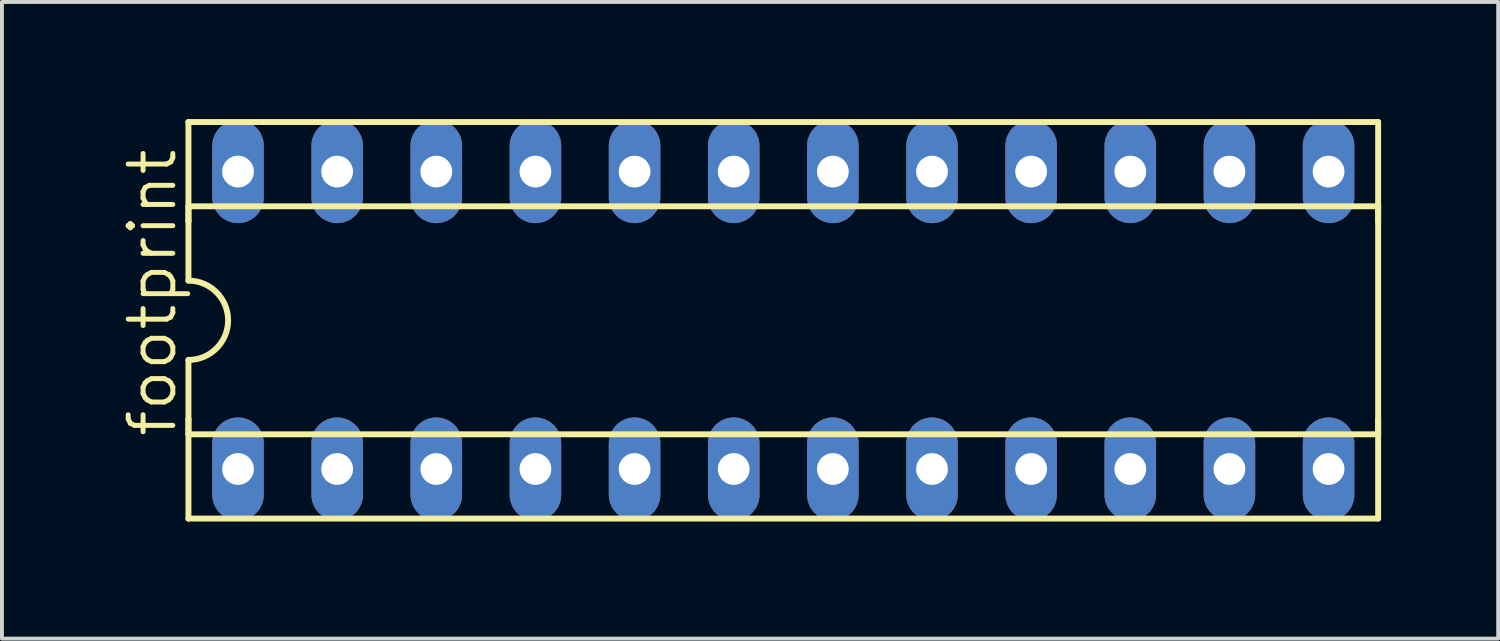
<source format=kicad_pcb>
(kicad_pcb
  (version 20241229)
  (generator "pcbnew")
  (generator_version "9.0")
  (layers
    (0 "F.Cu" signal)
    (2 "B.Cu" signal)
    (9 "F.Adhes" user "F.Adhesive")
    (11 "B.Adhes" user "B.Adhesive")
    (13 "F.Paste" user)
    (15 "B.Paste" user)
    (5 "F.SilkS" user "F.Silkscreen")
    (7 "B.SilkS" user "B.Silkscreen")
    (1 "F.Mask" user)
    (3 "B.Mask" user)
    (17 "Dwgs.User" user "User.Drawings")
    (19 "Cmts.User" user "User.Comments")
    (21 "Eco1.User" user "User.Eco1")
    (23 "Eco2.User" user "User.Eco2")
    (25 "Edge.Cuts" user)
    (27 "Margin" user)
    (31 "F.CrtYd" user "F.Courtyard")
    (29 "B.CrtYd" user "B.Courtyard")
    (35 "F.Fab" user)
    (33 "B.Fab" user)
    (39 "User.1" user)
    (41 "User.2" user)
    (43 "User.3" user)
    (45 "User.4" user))
  (footprint "footprint"
    (layer "F.Cu")
    (at 17.018 5.156)
    (property "Reference" "footprint" (at -15.494 3.048 90) (layer "F.SilkS") (effects (font (size 1.143 1.143) (thickness 0.127)) (justify left bottom)))
    (fp_line (start -15.24 -5.08) (end -15.24 -2.54) (stroke (width 0.152) (type solid)) (layer "F.SilkS"))
    (fp_line (start -15.24 -2.921) (end -15.24 -2.54) (stroke (width 0.152) (type solid)) (layer "F.SilkS"))
    (fp_line (start -15.24 -2.54) (end -15.24 -1.016) (stroke (width 0.152) (type solid)) (layer "F.SilkS"))
    (fp_line (start -15.24 2.54) (end -15.24 1.016) (stroke (width 0.152) (type solid)) (layer "F.SilkS"))
    (fp_line (start -15.24 2.921) (end -15.24 2.54) (stroke (width 0.152) (type solid)) (layer "F.SilkS"))
    (fp_line (start -15.24 2.921) (end 15.24 2.921) (stroke (width 0.152) (type solid)) (layer "F.SilkS"))
    (fp_line (start -15.24 5.08) (end -15.24 2.54) (stroke (width 0.152) (type solid)) (layer "F.SilkS"))
    (fp_line (start -15.24 5.08) (end 15.24 5.08) (stroke (width 0.152) (type solid)) (layer "F.SilkS"))
    (fp_line (start 15.24 -5.08) (end -15.24 -5.08) (stroke (width 0.152) (type solid)) (layer "F.SilkS"))
    (fp_line (start 15.24 -5.08) (end 15.24 -2.54) (stroke (width 0.152) (type solid)) (layer "F.SilkS"))
    (fp_line (start 15.24 -2.921) (end -15.24 -2.921) (stroke (width 0.152) (type solid)) (layer "F.SilkS"))
    (fp_line (start 15.24 -2.921) (end 15.24 -2.54) (stroke (width 0.152) (type solid)) (layer "F.SilkS"))
    (fp_line (start 15.24 -2.54) (end 15.24 2.54) (stroke (width 0.152) (type solid)) (layer "F.SilkS"))
    (fp_line (start 15.24 2.54) (end 15.24 2.921) (stroke (width 0.152) (type solid)) (layer "F.SilkS"))
    (fp_line (start 15.24 5.08) (end 15.24 2.54) (stroke (width 0.152) (type solid)) (layer "F.SilkS"))
    (fp_arc (start -15.24 -1.016) (mid -14.224 0) (end -15.24 1.016) (stroke (width 0.1524) (type solid)) (layer "F.SilkS"))
    (pad "1" thru_hole oval (at -13.97 3.81 90) (size 2.642 1.321) (drill 0.813) (layers "*.Cu" "*.Mask"))
    (pad "2" thru_hole oval (at -11.43 3.81 90) (size 2.642 1.321) (drill 0.813) (layers "*.Cu" "*.Mask"))
    (pad "3" thru_hole oval (at -8.89 3.81 90) (size 2.642 1.321) (drill 0.813) (layers "*.Cu" "*.Mask"))
    (pad "4" thru_hole oval (at -6.35 3.81 90) (size 2.642 1.321) (drill 0.813) (layers "*.Cu" "*.Mask"))
    (pad "5" thru_hole oval (at -3.81 3.81 90) (size 2.642 1.321) (drill 0.813) (layers "*.Cu" "*.Mask"))
    (pad "6" thru_hole oval (at -1.27 3.81 90) (size 2.642 1.321) (drill 0.813) (layers "*.Cu" "*.Mask"))
    (pad "7" thru_hole oval (at 1.27 3.81 90) (size 2.642 1.321) (drill 0.813) (layers "*.Cu" "*.Mask"))
    (pad "8" thru_hole oval (at 3.81 3.81 90) (size 2.642 1.321) (drill 0.813) (layers "*.Cu" "*.Mask"))
    (pad "9" thru_hole oval (at 6.35 3.81 90) (size 2.642 1.321) (drill 0.813) (layers "*.Cu" "*.Mask"))
    (pad "10" thru_hole oval (at 8.89 3.81 90) (size 2.642 1.321) (drill 0.813) (layers "*.Cu" "*.Mask"))
    (pad "11" thru_hole oval (at 11.43 3.81 90) (size 2.642 1.321) (drill 0.813) (layers "*.Cu" "*.Mask"))
    (pad "12" thru_hole oval (at 13.97 3.81 90) (size 2.642 1.321) (drill 0.813) (layers "*.Cu" "*.Mask"))
    (pad "13" thru_hole oval (at 13.97 -3.81 90) (size 2.642 1.321) (drill 0.813) (layers "*.Cu" "*.Mask"))
    (pad "14" thru_hole oval (at 11.43 -3.81 90) (size 2.642 1.321) (drill 0.813) (layers "*.Cu" "*.Mask"))
    (pad "15" thru_hole oval (at 8.89 -3.81 90) (size 2.642 1.321) (drill 0.813) (layers "*.Cu" "*.Mask"))
    (pad "16" thru_hole oval (at 6.35 -3.81 90) (size 2.642 1.321) (drill 0.813) (layers "*.Cu" "*.Mask"))
    (pad "17" thru_hole oval (at 3.81 -3.81 90) (size 2.642 1.321) (drill 0.813) (layers "*.Cu" "*.Mask"))
    (pad "18" thru_hole oval (at 1.27 -3.81 90) (size 2.642 1.321) (drill 0.813) (layers "*.Cu" "*.Mask"))
    (pad "19" thru_hole oval (at -1.27 -3.81 90) (size 2.642 1.321) (drill 0.813) (layers "*.Cu" "*.Mask"))
    (pad "20" thru_hole oval (at -3.81 -3.81 90) (size 2.642 1.321) (drill 0.813) (layers "*.Cu" "*.Mask"))
    (pad "21" thru_hole oval (at -6.35 -3.81 90) (size 2.642 1.321) (drill 0.813) (layers "*.Cu" "*.Mask"))
    (pad "22" thru_hole oval (at -8.89 -3.81 90) (size 2.642 1.321) (drill 0.813) (layers "*.Cu" "*.Mask"))
    (pad "23" thru_hole oval (at -11.43 -3.81 90) (size 2.642 1.321) (drill 0.813) (layers "*.Cu" "*.Mask"))
    (pad "24" thru_hole oval (at -13.97 -3.81 90) (size 2.642 1.321) (drill 0.813) (layers "*.Cu" "*.Mask")))
  (gr_rect
    (start -3 -3)
    (end 35.334 13.312)
    (stroke (width 0.1) (type default))
    (fill no)
    (layer "Edge.Cuts")))
</source>
